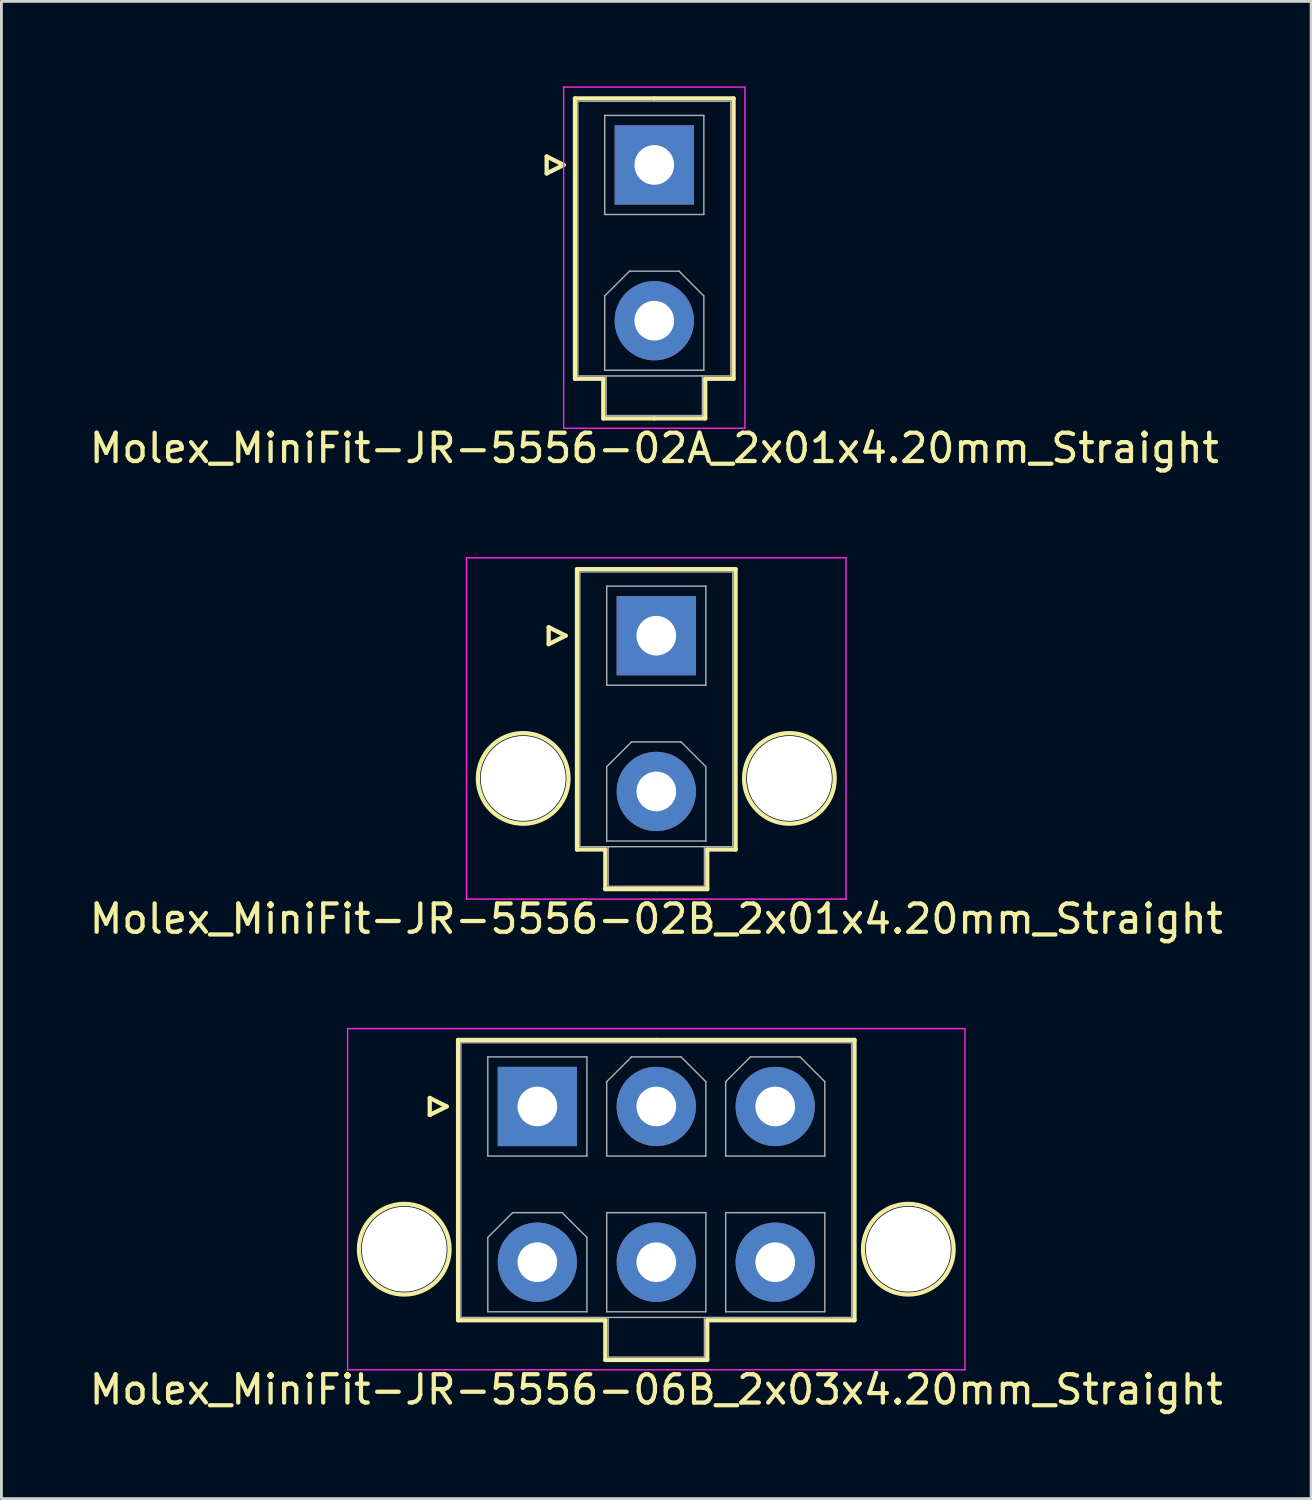
<source format=kicad_pcb>
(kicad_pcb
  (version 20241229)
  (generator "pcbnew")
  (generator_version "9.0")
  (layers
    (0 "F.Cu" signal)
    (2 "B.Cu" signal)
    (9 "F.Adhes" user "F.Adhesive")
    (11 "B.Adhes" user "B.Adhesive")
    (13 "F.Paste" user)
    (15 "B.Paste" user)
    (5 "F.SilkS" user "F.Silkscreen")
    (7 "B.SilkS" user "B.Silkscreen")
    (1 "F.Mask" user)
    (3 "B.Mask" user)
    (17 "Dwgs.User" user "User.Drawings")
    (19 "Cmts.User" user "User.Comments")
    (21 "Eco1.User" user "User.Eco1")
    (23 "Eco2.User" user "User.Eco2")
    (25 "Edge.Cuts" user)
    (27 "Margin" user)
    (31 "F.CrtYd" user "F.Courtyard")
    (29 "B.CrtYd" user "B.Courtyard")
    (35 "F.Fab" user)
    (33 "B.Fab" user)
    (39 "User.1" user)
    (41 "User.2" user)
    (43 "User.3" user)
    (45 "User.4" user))
  (footprint "Molex_MiniFit-JR-5556-02B_2x01x4.20mm_Straight"
    (layer "F.Cu")
    (at 20.125 19.398)
    (property "Reference" "Molex_MiniFit-JR-5556-02B_2x01x4.20mm_Straight" (at 0 10 0) (layer "F.SilkS") (effects (font (size 1 1) (thickness 0.15))))
    (attr through_hole)
    (fp_line (start -3.8 -0.3) (end -3.2 0) (stroke (width 0.15) (type solid)) (layer "F.SilkS"))
    (fp_line (start -3.8 0.3) (end -3.8 -0.3) (stroke (width 0.15) (type solid)) (layer "F.SilkS"))
    (fp_line (start -3.2 0) (end -3.8 0.3) (stroke (width 0.15) (type solid)) (layer "F.SilkS"))
    (fp_line (start -2.8 -2.35) (end -2.8 7.55) (stroke (width 0.15) (type solid)) (layer "F.SilkS"))
    (fp_line (start -2.8 7.55) (end -1.8 7.55) (stroke (width 0.15) (type solid)) (layer "F.SilkS"))
    (fp_line (start -1.8 7.55) (end -1.8 8.95) (stroke (width 0.15) (type solid)) (layer "F.SilkS"))
    (fp_line (start -1.8 8.95) (end 0 8.95) (stroke (width 0.15) (type solid)) (layer "F.SilkS"))
    (fp_line (start 0 -2.35) (end -2.8 -2.35) (stroke (width 0.15) (type solid)) (layer "F.SilkS"))
    (fp_line (start 0 -2.35) (end 2.8 -2.35) (stroke (width 0.15) (type solid)) (layer "F.SilkS"))
    (fp_line (start 1.8 7.55) (end 1.8 8.95) (stroke (width 0.15) (type solid)) (layer "F.SilkS"))
    (fp_line (start 1.8 8.95) (end 0 8.95) (stroke (width 0.15) (type solid)) (layer "F.SilkS"))
    (fp_line (start 2.8 -2.35) (end 2.8 7.55) (stroke (width 0.15) (type solid)) (layer "F.SilkS"))
    (fp_line (start 2.8 7.55) (end 1.8 7.55) (stroke (width 0.15) (type solid)) (layer "F.SilkS"))
    (fp_circle (center -4.7 5.04) (end -3.1 5.04) (stroke (width 0.15) (type solid)) (fill no) (layer "F.SilkS"))
    (fp_circle (center 4.7 5.04) (end 6.3 5.04) (stroke (width 0.15) (type solid)) (fill no) (layer "F.SilkS"))
    (fp_line (start -6.7 -2.75) (end -6.7 9.3) (stroke (width 0.05) (type solid)) (layer "F.CrtYd"))
    (fp_line (start -6.7 9.3) (end 6.7 9.3) (stroke (width 0.05) (type solid)) (layer "F.CrtYd"))
    (fp_line (start 6.7 -2.75) (end -6.7 -2.75) (stroke (width 0.05) (type solid)) (layer "F.CrtYd"))
    (fp_line (start 6.7 9.3) (end 6.7 -2.75) (stroke (width 0.05) (type solid)) (layer "F.CrtYd"))
    (fp_line (start -2.7 -2.25) (end -2.7 7.45) (stroke (width 0.05) (type solid)) (layer "F.Fab"))
    (fp_line (start -2.7 7.45) (end 2.7 7.45) (stroke (width 0.05) (type solid)) (layer "F.Fab"))
    (fp_line (start -1.75 -1.75) (end -1.75 1.75) (stroke (width 0.05) (type solid)) (layer "F.Fab"))
    (fp_line (start -1.75 1.75) (end 1.75 1.75) (stroke (width 0.05) (type solid)) (layer "F.Fab"))
    (fp_line (start -1.75 4.625) (end -0.875 3.75) (stroke (width 0.05) (type solid)) (layer "F.Fab"))
    (fp_line (start -1.75 7.25) (end -1.75 4.625) (stroke (width 0.05) (type solid)) (layer "F.Fab"))
    (fp_line (start -1.7 7.45) (end -1.7 8.85) (stroke (width 0.05) (type solid)) (layer "F.Fab"))
    (fp_line (start -1.7 8.85) (end 1.7 8.85) (stroke (width 0.05) (type solid)) (layer "F.Fab"))
    (fp_line (start -0.875 3.75) (end 0.875 3.75) (stroke (width 0.05) (type solid)) (layer "F.Fab"))
    (fp_line (start 0.875 3.75) (end 1.75 4.625) (stroke (width 0.05) (type solid)) (layer "F.Fab"))
    (fp_line (start 1.7 8.85) (end 1.7 7.45) (stroke (width 0.05) (type solid)) (layer "F.Fab"))
    (fp_line (start 1.75 -1.75) (end -1.75 -1.75) (stroke (width 0.05) (type solid)) (layer "F.Fab"))
    (fp_line (start 1.75 1.75) (end 1.75 -1.75) (stroke (width 0.05) (type solid)) (layer "F.Fab"))
    (fp_line (start 1.75 4.625) (end 1.75 7.25) (stroke (width 0.05) (type solid)) (layer "F.Fab"))
    (fp_line (start 1.75 7.25) (end -1.75 7.25) (stroke (width 0.05) (type solid)) (layer "F.Fab"))
    (fp_line (start 2.7 -2.25) (end -2.7 -2.25) (stroke (width 0.05) (type solid)) (layer "F.Fab"))
    (fp_line (start 2.7 7.45) (end 2.7 -2.25) (stroke (width 0.05) (type solid)) (layer "F.Fab"))
    (pad "" np_thru_hole circle (at -4.7 5.04) (size 3 3) (drill 3) (layers "*.Cu"))
    (pad "" np_thru_hole circle (at 4.7 5.04) (size 3 3) (drill 3) (layers "*.Cu"))
    (pad "1" thru_hole rect (at 0 0) (size 2.8 2.8) (drill 1.4) (layers "*.Cu" "*.Mask"))
    (pad "2" thru_hole circle (at 0 5.5) (size 2.8 2.8) (drill 1.4) (layers "*.Cu" "*.Mask")))
  (footprint "Molex_MiniFit-JR-5556-06B_2x03x4.20mm_Straight"
    (layer "F.Cu")
    (at 15.925 36.022)
    (property "Reference" "Molex_MiniFit-JR-5556-06B_2x03x4.20mm_Straight" (at 4.2 10 0) (layer "F.SilkS") (effects (font (size 1 1) (thickness 0.15))))
    (attr through_hole)
    (fp_line (start -3.8 -0.3) (end -3.2 0) (stroke (width 0.15) (type solid)) (layer "F.SilkS"))
    (fp_line (start -3.8 0.3) (end -3.8 -0.3) (stroke (width 0.15) (type solid)) (layer "F.SilkS"))
    (fp_line (start -3.2 0) (end -3.8 0.3) (stroke (width 0.15) (type solid)) (layer "F.SilkS"))
    (fp_line (start -2.8 -2.35) (end -2.8 7.55) (stroke (width 0.15) (type solid)) (layer "F.SilkS"))
    (fp_line (start -2.8 7.55) (end 2.4 7.55) (stroke (width 0.15) (type solid)) (layer "F.SilkS"))
    (fp_line (start 2.4 7.55) (end 2.4 8.95) (stroke (width 0.15) (type solid)) (layer "F.SilkS"))
    (fp_line (start 2.4 8.95) (end 4.2 8.95) (stroke (width 0.15) (type solid)) (layer "F.SilkS"))
    (fp_line (start 4.2 -2.35) (end -2.8 -2.35) (stroke (width 0.15) (type solid)) (layer "F.SilkS"))
    (fp_line (start 4.2 -2.35) (end 11.2 -2.35) (stroke (width 0.15) (type solid)) (layer "F.SilkS"))
    (fp_line (start 6 7.55) (end 6 8.95) (stroke (width 0.15) (type solid)) (layer "F.SilkS"))
    (fp_line (start 6 8.95) (end 4.2 8.95) (stroke (width 0.15) (type solid)) (layer "F.SilkS"))
    (fp_line (start 11.2 -2.35) (end 11.2 7.55) (stroke (width 0.15) (type solid)) (layer "F.SilkS"))
    (fp_line (start 11.2 7.55) (end 6 7.55) (stroke (width 0.15) (type solid)) (layer "F.SilkS"))
    (fp_circle (center -4.7 5.04) (end -3.1 5.04) (stroke (width 0.15) (type solid)) (fill no) (layer "F.SilkS"))
    (fp_circle (center 13.1 5.04) (end 14.7 5.04) (stroke (width 0.15) (type solid)) (fill no) (layer "F.SilkS"))
    (fp_line (start -6.7 -2.75) (end -6.7 9.3) (stroke (width 0.05) (type solid)) (layer "F.CrtYd"))
    (fp_line (start -6.7 9.3) (end 15.1 9.3) (stroke (width 0.05) (type solid)) (layer "F.CrtYd"))
    (fp_line (start 15.1 -2.75) (end -6.7 -2.75) (stroke (width 0.05) (type solid)) (layer "F.CrtYd"))
    (fp_line (start 15.1 9.3) (end 15.1 -2.75) (stroke (width 0.05) (type solid)) (layer "F.CrtYd"))
    (fp_line (start -2.7 -2.25) (end -2.7 7.45) (stroke (width 0.05) (type solid)) (layer "F.Fab"))
    (fp_line (start -2.7 7.45) (end 11.1 7.45) (stroke (width 0.05) (type solid)) (layer "F.Fab"))
    (fp_line (start -1.75 -1.75) (end -1.75 1.75) (stroke (width 0.05) (type solid)) (layer "F.Fab"))
    (fp_line (start -1.75 1.75) (end 1.75 1.75) (stroke (width 0.05) (type solid)) (layer "F.Fab"))
    (fp_line (start -1.75 4.625) (end -0.875 3.75) (stroke (width 0.05) (type solid)) (layer "F.Fab"))
    (fp_line (start -1.75 7.25) (end -1.75 4.625) (stroke (width 0.05) (type solid)) (layer "F.Fab"))
    (fp_line (start -0.875 3.75) (end 0.875 3.75) (stroke (width 0.05) (type solid)) (layer "F.Fab"))
    (fp_line (start 0.875 3.75) (end 1.75 4.625) (stroke (width 0.05) (type solid)) (layer "F.Fab"))
    (fp_line (start 1.75 -1.75) (end -1.75 -1.75) (stroke (width 0.05) (type solid)) (layer "F.Fab"))
    (fp_line (start 1.75 1.75) (end 1.75 -1.75) (stroke (width 0.05) (type solid)) (layer "F.Fab"))
    (fp_line (start 1.75 4.625) (end 1.75 7.25) (stroke (width 0.05) (type solid)) (layer "F.Fab"))
    (fp_line (start 1.75 7.25) (end -1.75 7.25) (stroke (width 0.05) (type solid)) (layer "F.Fab"))
    (fp_line (start 2.45 -0.875) (end 3.325 -1.75) (stroke (width 0.05) (type solid)) (layer "F.Fab"))
    (fp_line (start 2.45 1.75) (end 2.45 -0.875) (stroke (width 0.05) (type solid)) (layer "F.Fab"))
    (fp_line (start 2.45 3.75) (end 2.45 7.25) (stroke (width 0.05) (type solid)) (layer "F.Fab"))
    (fp_line (start 2.45 7.25) (end 5.95 7.25) (stroke (width 0.05) (type solid)) (layer "F.Fab"))
    (fp_line (start 2.5 7.45) (end 2.5 8.85) (stroke (width 0.05) (type solid)) (layer "F.Fab"))
    (fp_line (start 2.5 8.85) (end 5.9 8.85) (stroke (width 0.05) (type solid)) (layer "F.Fab"))
    (fp_line (start 3.325 -1.75) (end 5.075 -1.75) (stroke (width 0.05) (type solid)) (layer "F.Fab"))
    (fp_line (start 5.075 -1.75) (end 5.95 -0.875) (stroke (width 0.05) (type solid)) (layer "F.Fab"))
    (fp_line (start 5.9 8.85) (end 5.9 7.45) (stroke (width 0.05) (type solid)) (layer "F.Fab"))
    (fp_line (start 5.95 -0.875) (end 5.95 1.75) (stroke (width 0.05) (type solid)) (layer "F.Fab"))
    (fp_line (start 5.95 1.75) (end 2.45 1.75) (stroke (width 0.05) (type solid)) (layer "F.Fab"))
    (fp_line (start 5.95 3.75) (end 2.45 3.75) (stroke (width 0.05) (type solid)) (layer "F.Fab"))
    (fp_line (start 5.95 7.25) (end 5.95 3.75) (stroke (width 0.05) (type solid)) (layer "F.Fab"))
    (fp_line (start 6.65 -0.875) (end 7.525 -1.75) (stroke (width 0.05) (type solid)) (layer "F.Fab"))
    (fp_line (start 6.65 1.75) (end 6.65 -0.875) (stroke (width 0.05) (type solid)) (layer "F.Fab"))
    (fp_line (start 6.65 3.75) (end 6.65 7.25) (stroke (width 0.05) (type solid)) (layer "F.Fab"))
    (fp_line (start 6.65 7.25) (end 10.15 7.25) (stroke (width 0.05) (type solid)) (layer "F.Fab"))
    (fp_line (start 7.525 -1.75) (end 9.275 -1.75) (stroke (width 0.05) (type solid)) (layer "F.Fab"))
    (fp_line (start 9.275 -1.75) (end 10.15 -0.875) (stroke (width 0.05) (type solid)) (layer "F.Fab"))
    (fp_line (start 10.15 -0.875) (end 10.15 1.75) (stroke (width 0.05) (type solid)) (layer "F.Fab"))
    (fp_line (start 10.15 1.75) (end 6.65 1.75) (stroke (width 0.05) (type solid)) (layer "F.Fab"))
    (fp_line (start 10.15 3.75) (end 6.65 3.75) (stroke (width 0.05) (type solid)) (layer "F.Fab"))
    (fp_line (start 10.15 7.25) (end 10.15 3.75) (stroke (width 0.05) (type solid)) (layer "F.Fab"))
    (fp_line (start 11.1 -2.25) (end -2.7 -2.25) (stroke (width 0.05) (type solid)) (layer "F.Fab"))
    (fp_line (start 11.1 7.45) (end 11.1 -2.25) (stroke (width 0.05) (type solid)) (layer "F.Fab"))
    (pad "" np_thru_hole circle (at -4.7 5.04) (size 3 3) (drill 3) (layers "*.Cu"))
    (pad "" np_thru_hole circle (at 13.1 5.04) (size 3 3) (drill 3) (layers "*.Cu"))
    (pad "1" thru_hole rect (at 0 0) (size 2.8 2.8) (drill 1.4) (layers "*.Cu" "*.Mask"))
    (pad "2" thru_hole circle (at 4.2 0) (size 2.8 2.8) (drill 1.4) (layers "*.Cu" "*.Mask"))
    (pad "3" thru_hole circle (at 8.4 0) (size 2.8 2.8) (drill 1.4) (layers "*.Cu" "*.Mask"))
    (pad "4" thru_hole circle (at 0 5.5) (size 2.8 2.8) (drill 1.4) (layers "*.Cu" "*.Mask"))
    (pad "5" thru_hole circle (at 4.2 5.5) (size 2.8 2.8) (drill 1.4) (layers "*.Cu" "*.Mask"))
    (pad "6" thru_hole circle (at 8.4 5.5) (size 2.8 2.8) (drill 1.4) (layers "*.Cu" "*.Mask")))
  (footprint "Molex_MiniFit-JR-5556-02A_2x01x4.20mm_Straight"
    (layer "F.Cu")
    (at 20.054 2.775)
    (property "Reference" "Molex_MiniFit-JR-5556-02A_2x01x4.20mm_Straight" (at 0 10 0) (layer "F.SilkS") (effects (font (size 1 1) (thickness 0.15))))
    (attr through_hole)
    (fp_line (start -3.8 -0.3) (end -3.2 0) (stroke (width 0.15) (type solid)) (layer "F.SilkS"))
    (fp_line (start -3.8 0.3) (end -3.8 -0.3) (stroke (width 0.15) (type solid)) (layer "F.SilkS"))
    (fp_line (start -3.2 0) (end -3.8 0.3) (stroke (width 0.15) (type solid)) (layer "F.SilkS"))
    (fp_line (start -2.8 -2.35) (end -2.8 7.55) (stroke (width 0.15) (type solid)) (layer "F.SilkS"))
    (fp_line (start -2.8 7.55) (end -1.8 7.55) (stroke (width 0.15) (type solid)) (layer "F.SilkS"))
    (fp_line (start -1.8 7.55) (end -1.8 8.95) (stroke (width 0.15) (type solid)) (layer "F.SilkS"))
    (fp_line (start -1.8 8.95) (end 0 8.95) (stroke (width 0.15) (type solid)) (layer "F.SilkS"))
    (fp_line (start 0 -2.35) (end -2.8 -2.35) (stroke (width 0.15) (type solid)) (layer "F.SilkS"))
    (fp_line (start 0 -2.35) (end 2.8 -2.35) (stroke (width 0.15) (type solid)) (layer "F.SilkS"))
    (fp_line (start 1.8 7.55) (end 1.8 8.95) (stroke (width 0.15) (type solid)) (layer "F.SilkS"))
    (fp_line (start 1.8 8.95) (end 0 8.95) (stroke (width 0.15) (type solid)) (layer "F.SilkS"))
    (fp_line (start 2.8 -2.35) (end 2.8 7.55) (stroke (width 0.15) (type solid)) (layer "F.SilkS"))
    (fp_line (start 2.8 7.55) (end 1.8 7.55) (stroke (width 0.15) (type solid)) (layer "F.SilkS"))
    (fp_line (start -3.2 -2.75) (end -3.2 9.3) (stroke (width 0.05) (type solid)) (layer "F.CrtYd"))
    (fp_line (start -3.2 9.3) (end 3.2 9.3) (stroke (width 0.05) (type solid)) (layer "F.CrtYd"))
    (fp_line (start 3.2 -2.75) (end -3.2 -2.75) (stroke (width 0.05) (type solid)) (layer "F.CrtYd"))
    (fp_line (start 3.2 9.3) (end 3.2 -2.75) (stroke (width 0.05) (type solid)) (layer "F.CrtYd"))
    (fp_line (start -2.7 -2.25) (end -2.7 7.45) (stroke (width 0.05) (type solid)) (layer "F.Fab"))
    (fp_line (start -2.7 7.45) (end 2.7 7.45) (stroke (width 0.05) (type solid)) (layer "F.Fab"))
    (fp_line (start -1.75 -1.75) (end -1.75 1.75) (stroke (width 0.05) (type solid)) (layer "F.Fab"))
    (fp_line (start -1.75 1.75) (end 1.75 1.75) (stroke (width 0.05) (type solid)) (layer "F.Fab"))
    (fp_line (start -1.75 4.625) (end -0.875 3.75) (stroke (width 0.05) (type solid)) (layer "F.Fab"))
    (fp_line (start -1.75 7.25) (end -1.75 4.625) (stroke (width 0.05) (type solid)) (layer "F.Fab"))
    (fp_line (start -1.7 7.45) (end -1.7 8.85) (stroke (width 0.05) (type solid)) (layer "F.Fab"))
    (fp_line (start -1.7 8.85) (end 1.7 8.85) (stroke (width 0.05) (type solid)) (layer "F.Fab"))
    (fp_line (start -0.875 3.75) (end 0.875 3.75) (stroke (width 0.05) (type solid)) (layer "F.Fab"))
    (fp_line (start 0.875 3.75) (end 1.75 4.625) (stroke (width 0.05) (type solid)) (layer "F.Fab"))
    (fp_line (start 1.7 8.85) (end 1.7 7.45) (stroke (width 0.05) (type solid)) (layer "F.Fab"))
    (fp_line (start 1.75 -1.75) (end -1.75 -1.75) (stroke (width 0.05) (type solid)) (layer "F.Fab"))
    (fp_line (start 1.75 1.75) (end 1.75 -1.75) (stroke (width 0.05) (type solid)) (layer "F.Fab"))
    (fp_line (start 1.75 4.625) (end 1.75 7.25) (stroke (width 0.05) (type solid)) (layer "F.Fab"))
    (fp_line (start 1.75 7.25) (end -1.75 7.25) (stroke (width 0.05) (type solid)) (layer "F.Fab"))
    (fp_line (start 2.7 -2.25) (end -2.7 -2.25) (stroke (width 0.05) (type solid)) (layer "F.Fab"))
    (fp_line (start 2.7 7.45) (end 2.7 -2.25) (stroke (width 0.05) (type solid)) (layer "F.Fab"))
    (pad "1" thru_hole rect (at 0 0) (size 2.8 2.8) (drill 1.4) (layers "*.Cu" "*.Mask"))
    (pad "2" thru_hole circle (at 0 5.5) (size 2.8 2.8) (drill 1.4) (layers "*.Cu" "*.Mask")))
  (gr_rect
    (start -3 -3)
    (end 43.25 49.87)
    (stroke (width 0.1) (type default))
    (fill no)
    (layer "Edge.Cuts")))
</source>
